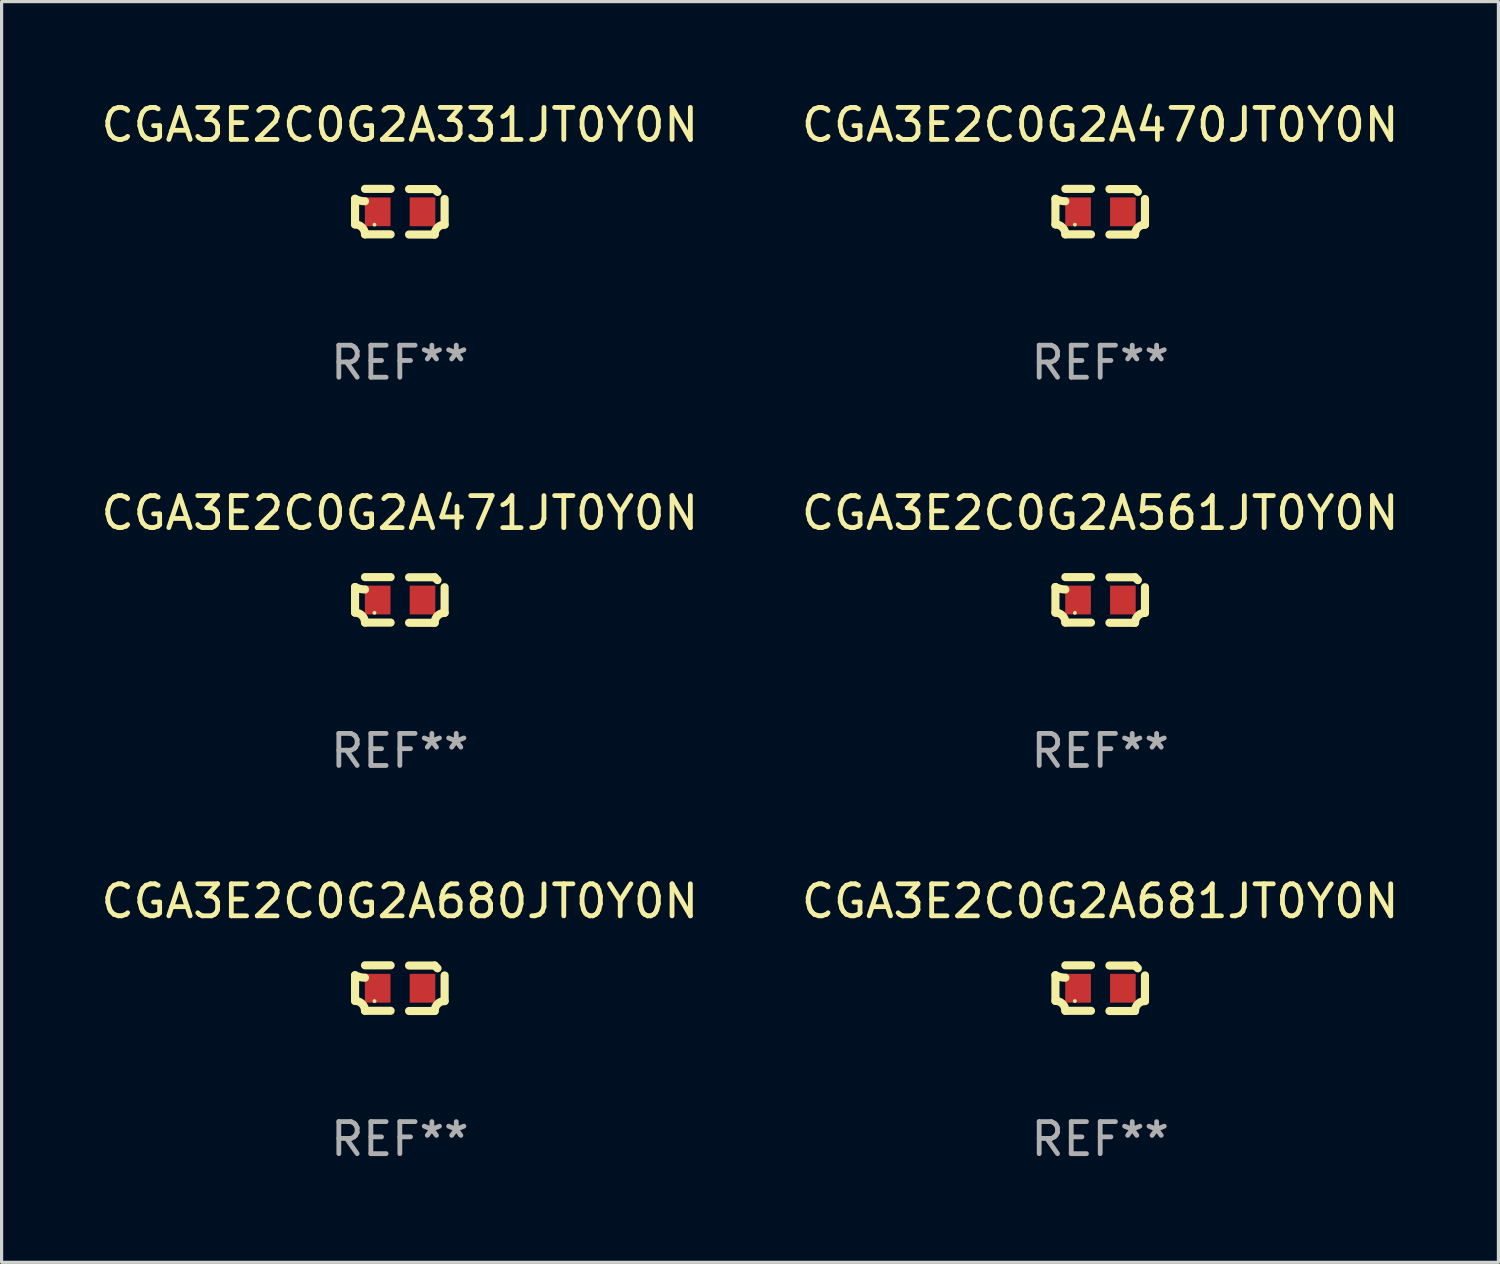
<source format=kicad_pcb>
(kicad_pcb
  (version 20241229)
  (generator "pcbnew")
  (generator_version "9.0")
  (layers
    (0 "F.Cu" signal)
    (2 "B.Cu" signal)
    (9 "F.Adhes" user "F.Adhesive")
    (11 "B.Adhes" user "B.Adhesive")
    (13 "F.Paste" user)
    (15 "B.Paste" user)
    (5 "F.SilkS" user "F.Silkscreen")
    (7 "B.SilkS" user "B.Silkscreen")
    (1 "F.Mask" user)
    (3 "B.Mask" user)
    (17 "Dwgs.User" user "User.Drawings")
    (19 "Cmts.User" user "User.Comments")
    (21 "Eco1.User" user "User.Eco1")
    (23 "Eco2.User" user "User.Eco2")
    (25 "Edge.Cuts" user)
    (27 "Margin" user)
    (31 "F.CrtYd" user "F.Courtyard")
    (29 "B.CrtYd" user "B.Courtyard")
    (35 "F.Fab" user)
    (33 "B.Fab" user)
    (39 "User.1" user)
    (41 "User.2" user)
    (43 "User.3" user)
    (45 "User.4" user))
  (footprint "CGA3E2C0G2A470JT0Y0N"
    (layer "F.Cu")
    (at 31.304 3.561)
    (property "Reference" "CGA3E2C0G2A470JT0Y0N" (at 0 -2.713 0) (layer "F.SilkS") (effects (font (size 1 1) (thickness 0.15))))
    (attr through_hole)
    (fp_line (start -1.398 -0.403) (end -1.398 0.397) (stroke (width 0.254) (type solid)) (layer "F.SilkS"))
    (fp_line (start -0.288 -0.713) (end -1.088 -0.713) (stroke (width 0.254) (type solid)) (layer "F.SilkS"))
    (fp_line (start -0.288 0.707) (end -1.088 0.707) (stroke (width 0.254) (type solid)) (layer "F.SilkS"))
    (fp_line (start 0.288 -0.707) (end 1.088 -0.707) (stroke (width 0.254) (type solid)) (layer "F.SilkS"))
    (fp_line (start 0.288 0.713) (end 1.088 0.713) (stroke (width 0.254) (type solid)) (layer "F.SilkS"))
    (fp_line (start 1.398 -0.397) (end 1.398 0.403) (stroke (width 0.254) (type solid)) (layer "F.SilkS"))
    (fp_arc (start -1.397789 0.397066) (mid -1.178701 0.487826) (end -1.08796 0.706922) (stroke (width 0.254001) (type solid)) (layer "F.SilkS"))
    (fp_arc (start -1.08796 -0.327176) (mid -1.247436 -0.346384) (end -1.39779 -0.402908) (stroke (width 0.254001) (type solid)) (layer "F.SilkS"))
    (fp_arc (start 1.087909 0.712738) (mid 1.178656 0.493655) (end 1.397739 0.402908) (stroke (width 0.254001) (type solid)) (layer "F.SilkS"))
    (fp_arc (start 1.175925 -0.618926) (mid 1.131917 -0.662923) (end 1.08791 -0.706922) (stroke (width 0.254001) (type solid)) (layer "F.SilkS"))
    (fp_circle (center -0.792 0.403) (end -0.762 0.403) (stroke (width 0.06) (type solid)) (fill no) (layer "F.SilkS"))
    (fp_text user "REF**" (at 0 4.713 0) (layer "F.Fab") (effects (font (size 1 1) (thickness 0.15))))
    (pad "1" smd rect (at -0.692 0.003) (size 0.8 0.9) (layers "F.Cu" "F.Mask" "F.Paste"))
    (pad "2" smd rect (at 0.708 0.003) (size 0.8 0.9) (layers "F.Cu" "F.Mask" "F.Paste")))
  (footprint "CGA3E2C0G2A680JT0Y0N"
    (layer "F.Cu")
    (at 9.435 27.805)
    (property "Reference" "CGA3E2C0G2A680JT0Y0N" (at 0 -2.713 0) (layer "F.SilkS") (effects (font (size 1 1) (thickness 0.15))))
    (attr through_hole)
    (fp_line (start -1.398 -0.403) (end -1.398 0.397) (stroke (width 0.254) (type solid)) (layer "F.SilkS"))
    (fp_line (start -0.288 -0.713) (end -1.088 -0.713) (stroke (width 0.254) (type solid)) (layer "F.SilkS"))
    (fp_line (start -0.288 0.707) (end -1.088 0.707) (stroke (width 0.254) (type solid)) (layer "F.SilkS"))
    (fp_line (start 0.288 -0.707) (end 1.088 -0.707) (stroke (width 0.254) (type solid)) (layer "F.SilkS"))
    (fp_line (start 0.288 0.713) (end 1.088 0.713) (stroke (width 0.254) (type solid)) (layer "F.SilkS"))
    (fp_line (start 1.398 -0.397) (end 1.398 0.403) (stroke (width 0.254) (type solid)) (layer "F.SilkS"))
    (fp_arc (start -1.397789 0.397066) (mid -1.178701 0.487826) (end -1.08796 0.706922) (stroke (width 0.254001) (type solid)) (layer "F.SilkS"))
    (fp_arc (start -1.08796 -0.327176) (mid -1.247436 -0.346384) (end -1.39779 -0.402908) (stroke (width 0.254001) (type solid)) (layer "F.SilkS"))
    (fp_arc (start 1.087909 0.712738) (mid 1.178656 0.493655) (end 1.397739 0.402908) (stroke (width 0.254001) (type solid)) (layer "F.SilkS"))
    (fp_arc (start 1.175925 -0.618926) (mid 1.131917 -0.662923) (end 1.08791 -0.706922) (stroke (width 0.254001) (type solid)) (layer "F.SilkS"))
    (fp_circle (center -0.792 0.403) (end -0.762 0.403) (stroke (width 0.06) (type solid)) (fill no) (layer "F.SilkS"))
    (fp_text user "REF**" (at 0 4.713 0) (layer "F.Fab") (effects (font (size 1 1) (thickness 0.15))))
    (pad "1" smd rect (at -0.692 0.003) (size 0.8 0.9) (layers "F.Cu" "F.Mask" "F.Paste"))
    (pad "2" smd rect (at 0.708 0.003) (size 0.8 0.9) (layers "F.Cu" "F.Mask" "F.Paste")))
  (footprint "CGA3E2C0G2A331JT0Y0N"
    (layer "F.Cu")
    (at 9.435 3.561)
    (property "Reference" "CGA3E2C0G2A331JT0Y0N" (at 0 -2.713 0) (layer "F.SilkS") (effects (font (size 1 1) (thickness 0.15))))
    (attr through_hole)
    (fp_line (start -1.398 -0.403) (end -1.398 0.397) (stroke (width 0.254) (type solid)) (layer "F.SilkS"))
    (fp_line (start -0.288 -0.713) (end -1.088 -0.713) (stroke (width 0.254) (type solid)) (layer "F.SilkS"))
    (fp_line (start -0.288 0.707) (end -1.088 0.707) (stroke (width 0.254) (type solid)) (layer "F.SilkS"))
    (fp_line (start 0.288 -0.707) (end 1.088 -0.707) (stroke (width 0.254) (type solid)) (layer "F.SilkS"))
    (fp_line (start 0.288 0.713) (end 1.088 0.713) (stroke (width 0.254) (type solid)) (layer "F.SilkS"))
    (fp_line (start 1.398 -0.397) (end 1.398 0.403) (stroke (width 0.254) (type solid)) (layer "F.SilkS"))
    (fp_arc (start -1.397789 0.397066) (mid -1.178701 0.487826) (end -1.08796 0.706922) (stroke (width 0.254001) (type solid)) (layer "F.SilkS"))
    (fp_arc (start -1.08796 -0.327176) (mid -1.247436 -0.346384) (end -1.39779 -0.402908) (stroke (width 0.254001) (type solid)) (layer "F.SilkS"))
    (fp_arc (start 1.087909 0.712738) (mid 1.178656 0.493655) (end 1.397739 0.402908) (stroke (width 0.254001) (type solid)) (layer "F.SilkS"))
    (fp_arc (start 1.175925 -0.618926) (mid 1.131917 -0.662923) (end 1.08791 -0.706922) (stroke (width 0.254001) (type solid)) (layer "F.SilkS"))
    (fp_circle (center -0.792 0.403) (end -0.762 0.403) (stroke (width 0.06) (type solid)) (fill no) (layer "F.SilkS"))
    (fp_text user "REF**" (at 0 4.713 0) (layer "F.Fab") (effects (font (size 1 1) (thickness 0.15))))
    (pad "1" smd rect (at -0.692 0.003) (size 0.8 0.9) (layers "F.Cu" "F.Mask" "F.Paste"))
    (pad "2" smd rect (at 0.708 0.003) (size 0.8 0.9) (layers "F.Cu" "F.Mask" "F.Paste")))
  (footprint "CGA3E2C0G2A471JT0Y0N"
    (layer "F.Cu")
    (at 9.435 15.683)
    (property "Reference" "CGA3E2C0G2A471JT0Y0N" (at 0 -2.713 0) (layer "F.SilkS") (effects (font (size 1 1) (thickness 0.15))))
    (attr through_hole)
    (fp_line (start -1.398 -0.403) (end -1.398 0.397) (stroke (width 0.254) (type solid)) (layer "F.SilkS"))
    (fp_line (start -0.288 -0.713) (end -1.088 -0.713) (stroke (width 0.254) (type solid)) (layer "F.SilkS"))
    (fp_line (start -0.288 0.707) (end -1.088 0.707) (stroke (width 0.254) (type solid)) (layer "F.SilkS"))
    (fp_line (start 0.288 -0.707) (end 1.088 -0.707) (stroke (width 0.254) (type solid)) (layer "F.SilkS"))
    (fp_line (start 0.288 0.713) (end 1.088 0.713) (stroke (width 0.254) (type solid)) (layer "F.SilkS"))
    (fp_line (start 1.398 -0.397) (end 1.398 0.403) (stroke (width 0.254) (type solid)) (layer "F.SilkS"))
    (fp_arc (start -1.397789 0.397066) (mid -1.178701 0.487826) (end -1.08796 0.706922) (stroke (width 0.254001) (type solid)) (layer "F.SilkS"))
    (fp_arc (start -1.08796 -0.327176) (mid -1.247436 -0.346384) (end -1.39779 -0.402908) (stroke (width 0.254001) (type solid)) (layer "F.SilkS"))
    (fp_arc (start 1.087909 0.712738) (mid 1.178656 0.493655) (end 1.397739 0.402908) (stroke (width 0.254001) (type solid)) (layer "F.SilkS"))
    (fp_arc (start 1.175925 -0.618926) (mid 1.131917 -0.662923) (end 1.08791 -0.706922) (stroke (width 0.254001) (type solid)) (layer "F.SilkS"))
    (fp_circle (center -0.792 0.403) (end -0.762 0.403) (stroke (width 0.06) (type solid)) (fill no) (layer "F.SilkS"))
    (fp_text user "REF**" (at 0 4.713 0) (layer "F.Fab") (effects (font (size 1 1) (thickness 0.15))))
    (pad "1" smd rect (at -0.692 0.003) (size 0.8 0.9) (layers "F.Cu" "F.Mask" "F.Paste"))
    (pad "2" smd rect (at 0.708 0.003) (size 0.8 0.9) (layers "F.Cu" "F.Mask" "F.Paste")))
  (footprint "CGA3E2C0G2A681JT0Y0N"
    (layer "F.Cu")
    (at 31.304 27.805)
    (property "Reference" "CGA3E2C0G2A681JT0Y0N" (at 0 -2.713 0) (layer "F.SilkS") (effects (font (size 1 1) (thickness 0.15))))
    (attr through_hole)
    (fp_line (start -1.398 -0.403) (end -1.398 0.397) (stroke (width 0.254) (type solid)) (layer "F.SilkS"))
    (fp_line (start -0.288 -0.713) (end -1.088 -0.713) (stroke (width 0.254) (type solid)) (layer "F.SilkS"))
    (fp_line (start -0.288 0.707) (end -1.088 0.707) (stroke (width 0.254) (type solid)) (layer "F.SilkS"))
    (fp_line (start 0.288 -0.707) (end 1.088 -0.707) (stroke (width 0.254) (type solid)) (layer "F.SilkS"))
    (fp_line (start 0.288 0.713) (end 1.088 0.713) (stroke (width 0.254) (type solid)) (layer "F.SilkS"))
    (fp_line (start 1.398 -0.397) (end 1.398 0.403) (stroke (width 0.254) (type solid)) (layer "F.SilkS"))
    (fp_arc (start -1.397789 0.397066) (mid -1.178701 0.487826) (end -1.08796 0.706922) (stroke (width 0.254001) (type solid)) (layer "F.SilkS"))
    (fp_arc (start -1.08796 -0.327176) (mid -1.247436 -0.346384) (end -1.39779 -0.402908) (stroke (width 0.254001) (type solid)) (layer "F.SilkS"))
    (fp_arc (start 1.087909 0.712738) (mid 1.178656 0.493655) (end 1.397739 0.402908) (stroke (width 0.254001) (type solid)) (layer "F.SilkS"))
    (fp_arc (start 1.175925 -0.618926) (mid 1.131917 -0.662923) (end 1.08791 -0.706922) (stroke (width 0.254001) (type solid)) (layer "F.SilkS"))
    (fp_circle (center -0.792 0.403) (end -0.762 0.403) (stroke (width 0.06) (type solid)) (fill no) (layer "F.SilkS"))
    (fp_text user "REF**" (at 0 4.713 0) (layer "F.Fab") (effects (font (size 1 1) (thickness 0.15))))
    (pad "1" smd rect (at -0.692 0.003) (size 0.8 0.9) (layers "F.Cu" "F.Mask" "F.Paste"))
    (pad "2" smd rect (at 0.708 0.003) (size 0.8 0.9) (layers "F.Cu" "F.Mask" "F.Paste")))
  (footprint "CGA3E2C0G2A561JT0Y0N"
    (layer "F.Cu")
    (at 31.304 15.683)
    (property "Reference" "CGA3E2C0G2A561JT0Y0N" (at 0 -2.713 0) (layer "F.SilkS") (effects (font (size 1 1) (thickness 0.15))))
    (attr through_hole)
    (fp_line (start -1.398 -0.403) (end -1.398 0.397) (stroke (width 0.254) (type solid)) (layer "F.SilkS"))
    (fp_line (start -0.288 -0.713) (end -1.088 -0.713) (stroke (width 0.254) (type solid)) (layer "F.SilkS"))
    (fp_line (start -0.288 0.707) (end -1.088 0.707) (stroke (width 0.254) (type solid)) (layer "F.SilkS"))
    (fp_line (start 0.288 -0.707) (end 1.088 -0.707) (stroke (width 0.254) (type solid)) (layer "F.SilkS"))
    (fp_line (start 0.288 0.713) (end 1.088 0.713) (stroke (width 0.254) (type solid)) (layer "F.SilkS"))
    (fp_line (start 1.398 -0.397) (end 1.398 0.403) (stroke (width 0.254) (type solid)) (layer "F.SilkS"))
    (fp_arc (start -1.397789 0.397066) (mid -1.178701 0.487826) (end -1.08796 0.706922) (stroke (width 0.254001) (type solid)) (layer "F.SilkS"))
    (fp_arc (start -1.08796 -0.327176) (mid -1.247436 -0.346384) (end -1.39779 -0.402908) (stroke (width 0.254001) (type solid)) (layer "F.SilkS"))
    (fp_arc (start 1.087909 0.712738) (mid 1.178656 0.493655) (end 1.397739 0.402908) (stroke (width 0.254001) (type solid)) (layer "F.SilkS"))
    (fp_arc (start 1.175925 -0.618926) (mid 1.131917 -0.662923) (end 1.08791 -0.706922) (stroke (width 0.254001) (type solid)) (layer "F.SilkS"))
    (fp_circle (center -0.792 0.403) (end -0.762 0.403) (stroke (width 0.06) (type solid)) (fill no) (layer "F.SilkS"))
    (fp_text user "REF**" (at 0 4.713 0) (layer "F.Fab") (effects (font (size 1 1) (thickness 0.15))))
    (pad "1" smd rect (at -0.692 0.003) (size 0.8 0.9) (layers "F.Cu" "F.Mask" "F.Paste"))
    (pad "2" smd rect (at 0.708 0.003) (size 0.8 0.9) (layers "F.Cu" "F.Mask" "F.Paste")))
  (gr_rect
    (start -3 -3)
    (end 43.738 36.366)
    (stroke (width 0.1) (type default))
    (fill no)
    (layer "Edge.Cuts")))
</source>
